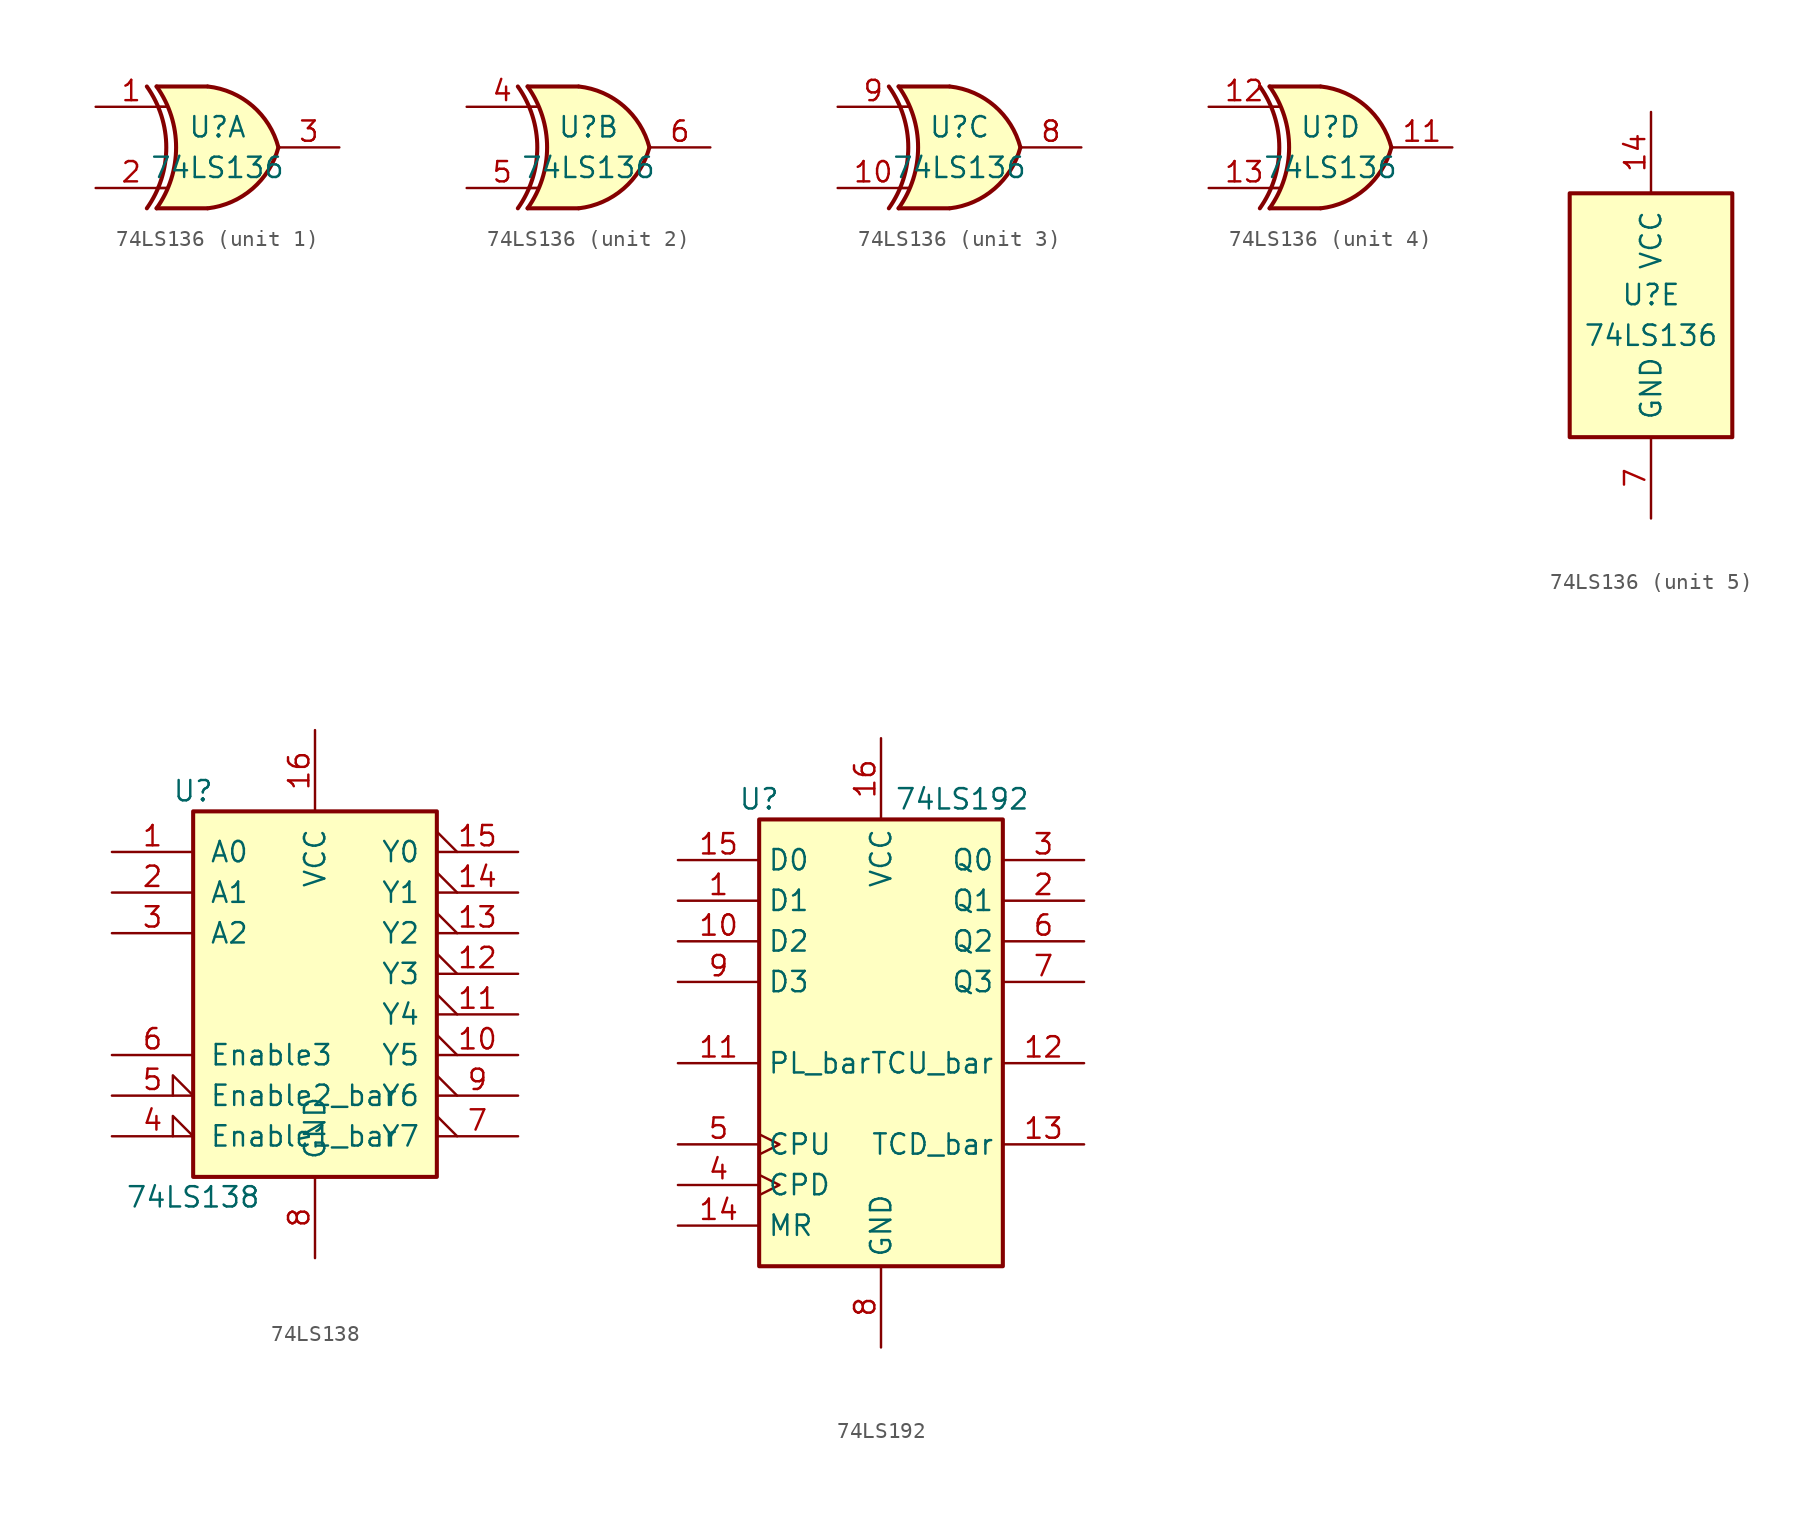
<source format=kicad_sym>
(kicad_symbol_lib
  (version 20211014)
  (generator kicad_symbol_editor)
  (symbol "74LS136"
    (pin_names
      (offset 1.016))
    (property "Reference" "U"
      (at 0 1.27 0)
      (effects (font (size 1.27 1.27))))
    (property "Value" "74LS136"
      (at 0 -1.27 0)
      (effects (font (size 1.27 1.27))))
    (property "ki_locked" ""
      (at 0 0 0)
      (effects (font (size 1.27 1.27))))
    (symbol "74LS136_1_0"
      (arc (start -4.4196 -3.81) (mid -3.2033 0) (end -4.4196 3.81) (stroke (width 0.254) (type default) (color 0 0 0 0)) (fill (type none)))
      (arc (start -3.81 -3.81) (mid -2.589 0) (end -3.81 3.81) (stroke (width 0.254) (type default) (color 0 0 0 0)) (fill (type none)))
      (arc (start -0.6096 -3.81) (mid 2.1855 -2.584) (end 3.81 0) (stroke (width 0.254) (type default) (color 0 0 0 0)) (fill (type background)))
      (polyline (pts (xy -3.81 -3.81) (xy -0.635 -3.81)) (stroke (width 0.254) (type default) (color 0 0 0 0)) (fill (type background)))
      (polyline (pts (xy -3.81 3.81) (xy -0.635 3.81)) (stroke (width 0.254) (type default) (color 0 0 0 0)) (fill (type background)))
      (polyline (pts (xy -0.635 3.81) (xy -3.81 3.81) (xy -3.81 3.81) (xy -3.556 3.404) (xy -3.023 2.261) (xy -2.692 1.041) (xy -2.616 -0.254) (xy -2.769 -1.499) (xy -3.175 -2.718) (xy -3.81 -3.81) (xy -3.81 -3.81) (xy -0.635 -3.81)) (stroke (width -25.4) (type default) (color 0 0 0 0)) (fill (type background)))
      (arc (start 3.81 0) (mid 2.1928 2.5925) (end -0.6096 3.81) (stroke (width 0.254) (type default) (color 0 0 0 0)) (fill (type background)))
      (pin input line (at -7.62 2.54 0) (length 4.445) (name "~" (effects (font (size 1.27 1.27)))) (number "1" (effects (font (size 1.27 1.27)))))
      (pin input line (at -7.62 -2.54 0) (length 4.445) (name "~" (effects (font (size 1.27 1.27)))) (number "2" (effects (font (size 1.27 1.27)))))
      (pin open_collector line (at 7.62 0 180) (length 3.81) (name "~" (effects (font (size 1.27 1.27)))) (number "3" (effects (font (size 1.27 1.27))))))
    (symbol "74LS136_1_1"
      (polyline (pts (xy -3.81 -2.54) (xy -3.175 -2.54)) (stroke (width 0.152) (type default) (color 0 0 0 0)) (fill (type none)))
      (polyline (pts (xy -3.81 2.54) (xy -3.175 2.54)) (stroke (width 0.152) (type default) (color 0 0 0 0)) (fill (type none))))
    (symbol "74LS136_2_0"
      (arc (start -4.4196 -3.81) (mid -3.2033 0) (end -4.4196 3.81) (stroke (width 0.254) (type default) (color 0 0 0 0)) (fill (type none)))
      (arc (start -3.81 -3.81) (mid -2.589 0) (end -3.81 3.81) (stroke (width 0.254) (type default) (color 0 0 0 0)) (fill (type none)))
      (arc (start -0.6096 -3.81) (mid 2.1855 -2.584) (end 3.81 0) (stroke (width 0.254) (type default) (color 0 0 0 0)) (fill (type background)))
      (polyline (pts (xy -3.81 -3.81) (xy -0.635 -3.81)) (stroke (width 0.254) (type default) (color 0 0 0 0)) (fill (type background)))
      (polyline (pts (xy -3.81 3.81) (xy -0.635 3.81)) (stroke (width 0.254) (type default) (color 0 0 0 0)) (fill (type background)))
      (polyline (pts (xy -0.635 3.81) (xy -3.81 3.81) (xy -3.81 3.81) (xy -3.556 3.404) (xy -3.023 2.261) (xy -2.692 1.041) (xy -2.616 -0.254) (xy -2.769 -1.499) (xy -3.175 -2.718) (xy -3.81 -3.81) (xy -3.81 -3.81) (xy -0.635 -3.81)) (stroke (width -25.4) (type default) (color 0 0 0 0)) (fill (type background)))
      (arc (start 3.81 0) (mid 2.1928 2.5925) (end -0.6096 3.81) (stroke (width 0.254) (type default) (color 0 0 0 0)) (fill (type background)))
      (pin input line (at -7.62 2.54 0) (length 4.445) (name "~" (effects (font (size 1.27 1.27)))) (number "4" (effects (font (size 1.27 1.27)))))
      (pin input line (at -7.62 -2.54 0) (length 4.445) (name "~" (effects (font (size 1.27 1.27)))) (number "5" (effects (font (size 1.27 1.27)))))
      (pin open_collector line (at 7.62 0 180) (length 3.81) (name "~" (effects (font (size 1.27 1.27)))) (number "6" (effects (font (size 1.27 1.27))))))
    (symbol "74LS136_2_1"
      (polyline (pts (xy -3.81 -2.54) (xy -3.175 -2.54)) (stroke (width 0.152) (type default) (color 0 0 0 0)) (fill (type none)))
      (polyline (pts (xy -3.81 2.54) (xy -3.175 2.54)) (stroke (width 0.152) (type default) (color 0 0 0 0)) (fill (type none))))
    (symbol "74LS136_3_0"
      (arc (start -4.4196 -3.81) (mid -3.2033 0) (end -4.4196 3.81) (stroke (width 0.254) (type default) (color 0 0 0 0)) (fill (type none)))
      (arc (start -3.81 -3.81) (mid -2.589 0) (end -3.81 3.81) (stroke (width 0.254) (type default) (color 0 0 0 0)) (fill (type none)))
      (arc (start -0.6096 -3.81) (mid 2.1855 -2.584) (end 3.81 0) (stroke (width 0.254) (type default) (color 0 0 0 0)) (fill (type background)))
      (polyline (pts (xy -3.81 -3.81) (xy -0.635 -3.81)) (stroke (width 0.254) (type default) (color 0 0 0 0)) (fill (type background)))
      (polyline (pts (xy -3.81 3.81) (xy -0.635 3.81)) (stroke (width 0.254) (type default) (color 0 0 0 0)) (fill (type background)))
      (polyline (pts (xy -0.635 3.81) (xy -3.81 3.81) (xy -3.81 3.81) (xy -3.556 3.404) (xy -3.023 2.261) (xy -2.692 1.041) (xy -2.616 -0.254) (xy -2.769 -1.499) (xy -3.175 -2.718) (xy -3.81 -3.81) (xy -3.81 -3.81) (xy -0.635 -3.81)) (stroke (width -25.4) (type default) (color 0 0 0 0)) (fill (type background)))
      (arc (start 3.81 0) (mid 2.1928 2.5925) (end -0.6096 3.81) (stroke (width 0.254) (type default) (color 0 0 0 0)) (fill (type background)))
      (pin input line (at -7.62 -2.54 0) (length 4.445) (name "~" (effects (font (size 1.27 1.27)))) (number "10" (effects (font (size 1.27 1.27)))))
      (pin open_collector line (at 7.62 0 180) (length 3.81) (name "~" (effects (font (size 1.27 1.27)))) (number "8" (effects (font (size 1.27 1.27)))))
      (pin input line (at -7.62 2.54 0) (length 4.445) (name "~" (effects (font (size 1.27 1.27)))) (number "9" (effects (font (size 1.27 1.27))))))
    (symbol "74LS136_3_1"
      (polyline (pts (xy -3.81 -2.54) (xy -3.175 -2.54)) (stroke (width 0.152) (type default) (color 0 0 0 0)) (fill (type none)))
      (polyline (pts (xy -3.81 2.54) (xy -3.175 2.54)) (stroke (width 0.152) (type default) (color 0 0 0 0)) (fill (type none))))
    (symbol "74LS136_4_0"
      (arc (start -4.4196 -3.81) (mid -3.2033 0) (end -4.4196 3.81) (stroke (width 0.254) (type default) (color 0 0 0 0)) (fill (type none)))
      (arc (start -3.81 -3.81) (mid -2.589 0) (end -3.81 3.81) (stroke (width 0.254) (type default) (color 0 0 0 0)) (fill (type none)))
      (arc (start -0.6096 -3.81) (mid 2.1855 -2.584) (end 3.81 0) (stroke (width 0.254) (type default) (color 0 0 0 0)) (fill (type background)))
      (polyline (pts (xy -3.81 -3.81) (xy -0.635 -3.81)) (stroke (width 0.254) (type default) (color 0 0 0 0)) (fill (type background)))
      (polyline (pts (xy -3.81 3.81) (xy -0.635 3.81)) (stroke (width 0.254) (type default) (color 0 0 0 0)) (fill (type background)))
      (polyline (pts (xy -0.635 3.81) (xy -3.81 3.81) (xy -3.81 3.81) (xy -3.556 3.404) (xy -3.023 2.261) (xy -2.692 1.041) (xy -2.616 -0.254) (xy -2.769 -1.499) (xy -3.175 -2.718) (xy -3.81 -3.81) (xy -3.81 -3.81) (xy -0.635 -3.81)) (stroke (width -25.4) (type default) (color 0 0 0 0)) (fill (type background)))
      (arc (start 3.81 0) (mid 2.1928 2.5925) (end -0.6096 3.81) (stroke (width 0.254) (type default) (color 0 0 0 0)) (fill (type background)))
      (pin open_collector line (at 7.62 0 180) (length 3.81) (name "~" (effects (font (size 1.27 1.27)))) (number "11" (effects (font (size 1.27 1.27)))))
      (pin input line (at -7.62 2.54 0) (length 4.445) (name "~" (effects (font (size 1.27 1.27)))) (number "12" (effects (font (size 1.27 1.27)))))
      (pin input line (at -7.62 -2.54 0) (length 4.445) (name "~" (effects (font (size 1.27 1.27)))) (number "13" (effects (font (size 1.27 1.27))))))
    (symbol "74LS136_4_1"
      (polyline (pts (xy -3.81 -2.54) (xy -3.175 -2.54)) (stroke (width 0.152) (type default) (color 0 0 0 0)) (fill (type none)))
      (polyline (pts (xy -3.81 2.54) (xy -3.175 2.54)) (stroke (width 0.152) (type default) (color 0 0 0 0)) (fill (type none))))
    (symbol "74LS136_5_0"
      (pin power_in line (at 0 12.7 270) (length 5.08) (name "VCC" (effects (font (size 1.27 1.27)))) (number "14" (effects (font (size 1.27 1.27)))))
      (pin power_in line (at 0 -12.7 90) (length 5.08) (name "GND" (effects (font (size 1.27 1.27)))) (number "7" (effects (font (size 1.27 1.27))))))
    (symbol "74LS136_5_1"
      (rectangle (start -5.08 7.62) (end 5.08 -7.62) (stroke (width 0.254) (type default) (color 0 0 0 0)) (fill (type background)))))
  (symbol "74LS138"
    (pin_names
      (offset 1.016))
    (property "Reference" "U"
      (at -7.62 11.43 0)
      (effects (font (size 1.27 1.27))))
    (property "Value" "74LS138"
      (at -7.62 -13.97 0)
      (effects (font (size 1.27 1.27))))
    (symbol "74LS138_1_0"
      (pin input line (at -12.7 7.62 0) (length 5.08) (name "A0" (effects (font (size 1.27 1.27)))) (number "1" (effects (font (size 1.27 1.27)))))
      (pin bidirectional output_low (at 12.7 -5.08 180) (length 5.08) (name "Y5" (effects (font (size 1.27 1.27)))) (number "10" (effects (font (size 1.27 1.27)))))
      (pin bidirectional output_low (at 12.7 -2.54 180) (length 5.08) (name "Y4" (effects (font (size 1.27 1.27)))) (number "11" (effects (font (size 1.27 1.27)))))
      (pin bidirectional output_low (at 12.7 0 180) (length 5.08) (name "Y3" (effects (font (size 1.27 1.27)))) (number "12" (effects (font (size 1.27 1.27)))))
      (pin bidirectional output_low (at 12.7 2.54 180) (length 5.08) (name "Y2" (effects (font (size 1.27 1.27)))) (number "13" (effects (font (size 1.27 1.27)))))
      (pin bidirectional output_low (at 12.7 5.08 180) (length 5.08) (name "Y1" (effects (font (size 1.27 1.27)))) (number "14" (effects (font (size 1.27 1.27)))))
      (pin bidirectional output_low (at 12.7 7.62 180) (length 5.08) (name "Y0" (effects (font (size 1.27 1.27)))) (number "15" (effects (font (size 1.27 1.27)))))
      (pin power_in line (at 0 15.24 270) (length 5.08) (name "VCC" (effects (font (size 1.27 1.27)))) (number "16" (effects (font (size 1.27 1.27)))))
      (pin input line (at -12.7 5.08 0) (length 5.08) (name "A1" (effects (font (size 1.27 1.27)))) (number "2" (effects (font (size 1.27 1.27)))))
      (pin input line (at -12.7 2.54 0) (length 5.08) (name "A2" (effects (font (size 1.27 1.27)))) (number "3" (effects (font (size 1.27 1.27)))))
      (pin input input_low (at -12.7 -10.16 0) (length 5.08) (name "Enable1_bar" (effects (font (size 1.27 1.27)))) (number "4" (effects (font (size 1.27 1.27)))))
      (pin input input_low (at -12.7 -7.62 0) (length 5.08) (name "Enable2_bar" (effects (font (size 1.27 1.27)))) (number "5" (effects (font (size 1.27 1.27)))))
      (pin input line (at -12.7 -5.08 0) (length 5.08) (name "Enable3" (effects (font (size 1.27 1.27)))) (number "6" (effects (font (size 1.27 1.27)))))
      (pin bidirectional output_low (at 12.7 -10.16 180) (length 5.08) (name "Y7" (effects (font (size 1.27 1.27)))) (number "7" (effects (font (size 1.27 1.27)))))
      (pin power_in line (at 0 -17.78 90) (length 5.08) (name "GND" (effects (font (size 1.27 1.27)))) (number "8" (effects (font (size 1.27 1.27)))))
      (pin bidirectional output_low (at 12.7 -7.62 180) (length 5.08) (name "Y6" (effects (font (size 1.27 1.27)))) (number "9" (effects (font (size 1.27 1.27))))))
    (symbol "74LS138_1_1"
      (rectangle (start -7.62 10.16) (end 7.62 -12.7) (stroke (width 0.254) (type default) (color 0 0 0 0)) (fill (type background)))))
  (symbol "74LS192"
    (property "Reference" "U"
      (at -7.62 13.97 0)
      (effects (font (size 1.27 1.27))))
    (property "Value" "74LS192"
      (at 5.08 13.97 0)
      (effects (font (size 1.27 1.27))))
    (symbol "74LS192_1_0"
      (pin input line (at -12.7 7.62 0) (length 5.08) (name "D1" (effects (font (size 1.27 1.27)))) (number "1" (effects (font (size 1.27 1.27)))))
      (pin input line (at -12.7 5.08 0) (length 5.08) (name "D2" (effects (font (size 1.27 1.27)))) (number "10" (effects (font (size 1.27 1.27)))))
      (pin input line (at -12.7 -2.54 0) (length 5.08) (name "PL_bar" (effects (font (size 1.27 1.27)))) (number "11" (effects (font (size 1.27 1.27)))))
      (pin output line (at 12.7 -2.54 180) (length 5.08) (name "TCU_bar" (effects (font (size 1.27 1.27)))) (number "12" (effects (font (size 1.27 1.27)))))
      (pin output line (at 12.7 -7.62 180) (length 5.08) (name "TCD_bar" (effects (font (size 1.27 1.27)))) (number "13" (effects (font (size 1.27 1.27)))))
      (pin input line (at -12.7 -12.7 0) (length 5.08) (name "MR" (effects (font (size 1.27 1.27)))) (number "14" (effects (font (size 1.27 1.27)))))
      (pin input line (at -12.7 10.16 0) (length 5.08) (name "D0" (effects (font (size 1.27 1.27)))) (number "15" (effects (font (size 1.27 1.27)))))
      (pin power_in line (at 0 17.78 270) (length 5.08) (name "VCC" (effects (font (size 1.27 1.27)))) (number "16" (effects (font (size 1.27 1.27)))))
      (pin output line (at 12.7 7.62 180) (length 5.08) (name "Q1" (effects (font (size 1.27 1.27)))) (number "2" (effects (font (size 1.27 1.27)))))
      (pin output line (at 12.7 10.16 180) (length 5.08) (name "Q0" (effects (font (size 1.27 1.27)))) (number "3" (effects (font (size 1.27 1.27)))))
      (pin input clock (at -12.7 -10.16 0) (length 5.08) (name "CPD" (effects (font (size 1.27 1.27)))) (number "4" (effects (font (size 1.27 1.27)))))
      (pin input clock (at -12.7 -7.62 0) (length 5.08) (name "CPU" (effects (font (size 1.27 1.27)))) (number "5" (effects (font (size 1.27 1.27)))))
      (pin output line (at 12.7 5.08 180) (length 5.08) (name "Q2" (effects (font (size 1.27 1.27)))) (number "6" (effects (font (size 1.27 1.27)))))
      (pin output line (at 12.7 2.54 180) (length 5.08) (name "Q3" (effects (font (size 1.27 1.27)))) (number "7" (effects (font (size 1.27 1.27)))))
      (pin power_in line (at 0 -20.32 90) (length 5.08) (name "GND" (effects (font (size 1.27 1.27)))) (number "8" (effects (font (size 1.27 1.27)))))
      (pin input line (at -12.7 2.54 0) (length 5.08) (name "D3" (effects (font (size 1.27 1.27)))) (number "9" (effects (font (size 1.27 1.27))))))
    (symbol "74LS192_1_1"
      (rectangle (start -7.62 12.7) (end 7.62 -15.24) (stroke (width 0.254) (type default) (color 0 0 0 0)) (fill (type background))))))
</source>
